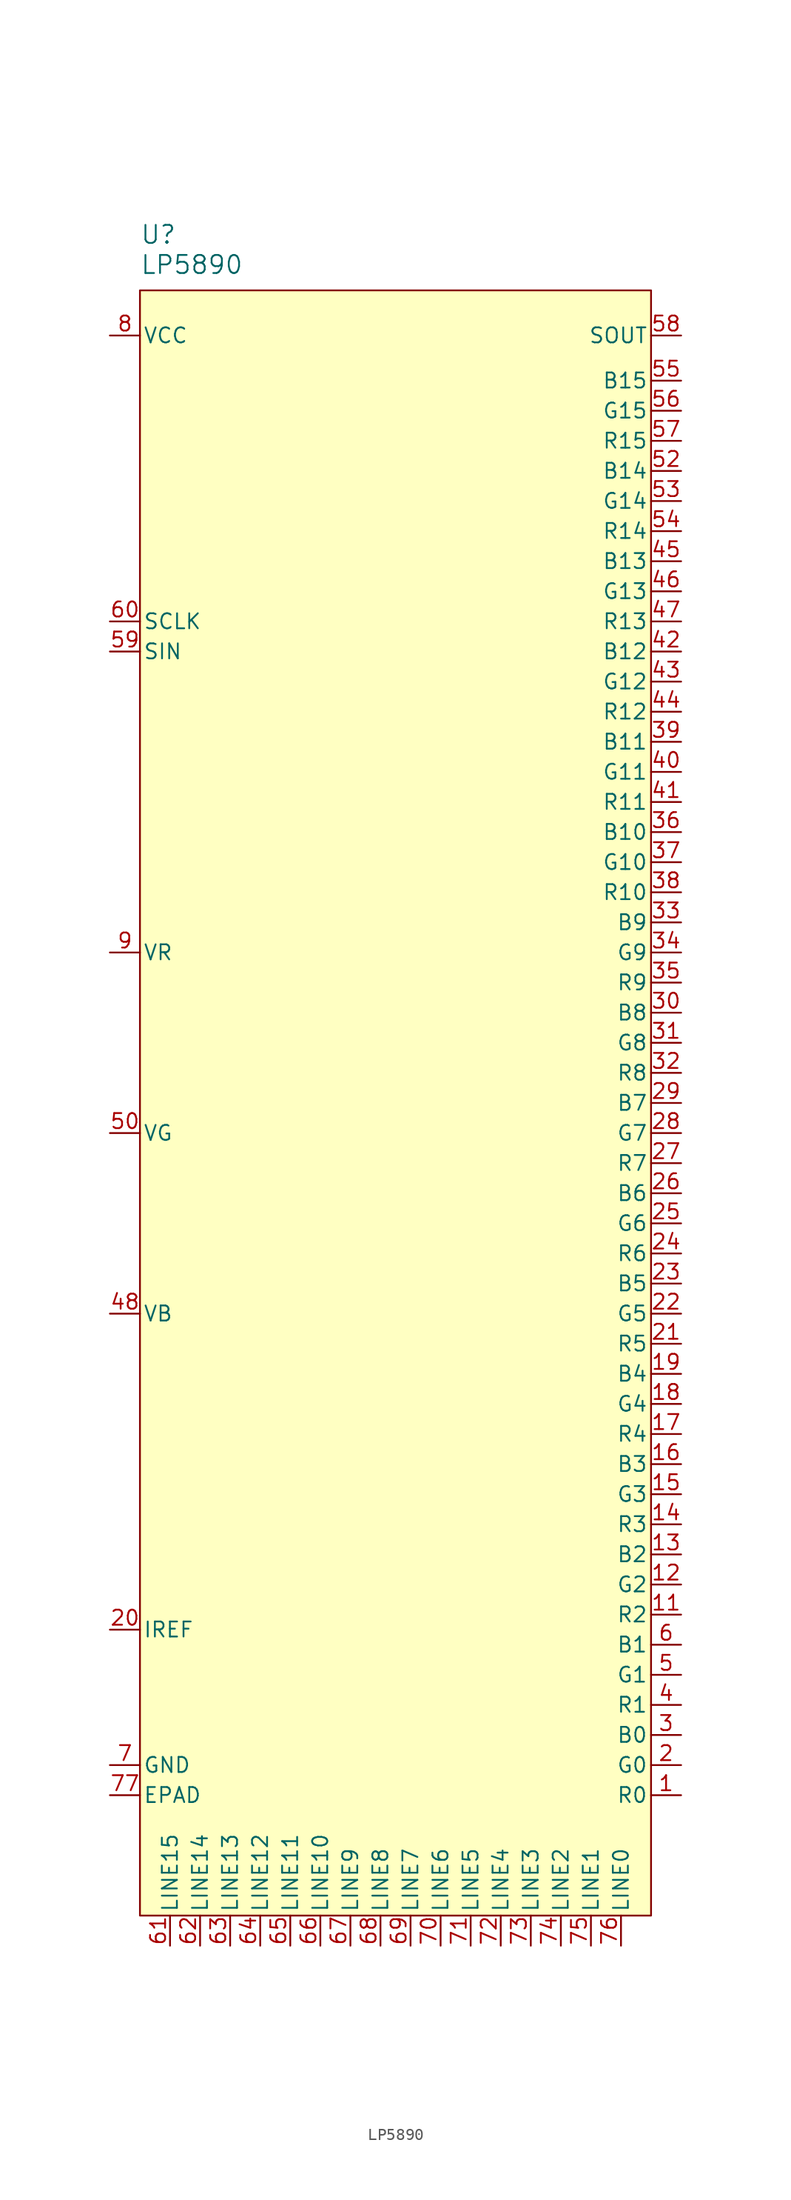
<source format=kicad_sym>
(kicad_symbol_lib
  (version 20241209)
  (generator "kicad_symbol_editor")
  (generator_version "9.0")
  (symbol "LP5890"
    (pin_names
      (offset 0.254))
    (property "Reference" "U"
      (at -21.59 72.39 0)
      (effects (font (size 1.524 1.524)) (justify left bottom)))
    (property "Value" "LP5890"
      (at -21.59 69.85 0)
      (effects (font (size 1.524 1.524)) (justify left bottom)))
    (symbol "LP5890_1_1"
      (rectangle (start -21.59 68.58) (end 21.59 -68.58) (stroke (width 0) (type default)) (fill (type background)))
      (pin power_in line (at -24.13 64.77 0) (length 2.54) (name "VCC" (effects (font (size 1.27 1.27)))) (number "8" (effects (font (size 1.27 1.27)))))
      (pin input line (at -24.13 40.64 0) (length 2.54) (name "SCLK" (effects (font (size 1.27 1.27)))) (number "60" (effects (font (size 1.27 1.27)))))
      (pin input line (at -24.13 38.1 0) (length 2.54) (name "SIN" (effects (font (size 1.27 1.27)))) (number "59" (effects (font (size 1.27 1.27)))))
      (pin power_in line (at -24.13 12.7 0) (length 2.54) (hide yes) (name "VR" (effects (font (size 1.27 1.27)))) (number "10" (effects (font (size 1.27 1.27)))))
      (pin power_in line (at -24.13 12.7 0) (length 2.54) (name "VR" (effects (font (size 1.27 1.27)))) (number "9" (effects (font (size 1.27 1.27)))))
      (pin power_in line (at -24.13 -2.54 0) (length 2.54) (name "VG" (effects (font (size 1.27 1.27)))) (number "50" (effects (font (size 1.27 1.27)))))
      (pin power_in line (at -24.13 -2.54 0) (length 2.54) (hide yes) (name "VG" (effects (font (size 1.27 1.27)))) (number "51" (effects (font (size 1.27 1.27)))))
      (pin power_in line (at -24.13 -17.78 0) (length 2.54) (name "VB" (effects (font (size 1.27 1.27)))) (number "48" (effects (font (size 1.27 1.27)))))
      (pin power_in line (at -24.13 -17.78 0) (length 2.54) (hide yes) (name "VB" (effects (font (size 1.27 1.27)))) (number "49" (effects (font (size 1.27 1.27)))))
      (pin input line (at -24.13 -44.45 0) (length 2.54) (name "IREF" (effects (font (size 1.27 1.27)))) (number "20" (effects (font (size 1.27 1.27)))))
      (pin power_in line (at -24.13 -55.88 0) (length 2.54) (name "GND" (effects (font (size 1.27 1.27)))) (number "7" (effects (font (size 1.27 1.27)))))
      (pin unspecified line (at -24.13 -58.42 0) (length 2.54) (name "EPAD" (effects (font (size 1.27 1.27)))) (number "77" (effects (font (size 1.27 1.27)))))
      (pin output line (at -19.05 -71.12 90) (length 2.54) (name "LINE15" (effects (font (size 1.27 1.27)))) (number "61" (effects (font (size 1.27 1.27)))))
      (pin output line (at -16.51 -71.12 90) (length 2.54) (name "LINE14" (effects (font (size 1.27 1.27)))) (number "62" (effects (font (size 1.27 1.27)))))
      (pin output line (at -13.97 -71.12 90) (length 2.54) (name "LINE13" (effects (font (size 1.27 1.27)))) (number "63" (effects (font (size 1.27 1.27)))))
      (pin output line (at -11.43 -71.12 90) (length 2.54) (name "LINE12" (effects (font (size 1.27 1.27)))) (number "64" (effects (font (size 1.27 1.27)))))
      (pin output line (at -8.89 -71.12 90) (length 2.54) (name "LINE11" (effects (font (size 1.27 1.27)))) (number "65" (effects (font (size 1.27 1.27)))))
      (pin output line (at -6.35 -71.12 90) (length 2.54) (name "LINE10" (effects (font (size 1.27 1.27)))) (number "66" (effects (font (size 1.27 1.27)))))
      (pin output line (at -3.81 -71.12 90) (length 2.54) (name "LINE9" (effects (font (size 1.27 1.27)))) (number "67" (effects (font (size 1.27 1.27)))))
      (pin output line (at -1.27 -71.12 90) (length 2.54) (name "LINE8" (effects (font (size 1.27 1.27)))) (number "68" (effects (font (size 1.27 1.27)))))
      (pin output line (at 1.27 -71.12 90) (length 2.54) (name "LINE7" (effects (font (size 1.27 1.27)))) (number "69" (effects (font (size 1.27 1.27)))))
      (pin output line (at 3.81 -71.12 90) (length 2.54) (name "LINE6" (effects (font (size 1.27 1.27)))) (number "70" (effects (font (size 1.27 1.27)))))
      (pin output line (at 6.35 -71.12 90) (length 2.54) (name "LINE5" (effects (font (size 1.27 1.27)))) (number "71" (effects (font (size 1.27 1.27)))))
      (pin output line (at 8.89 -71.12 90) (length 2.54) (name "LINE4" (effects (font (size 1.27 1.27)))) (number "72" (effects (font (size 1.27 1.27)))))
      (pin output line (at 11.43 -71.12 90) (length 2.54) (name "LINE3" (effects (font (size 1.27 1.27)))) (number "73" (effects (font (size 1.27 1.27)))))
      (pin output line (at 13.97 -71.12 90) (length 2.54) (name "LINE2" (effects (font (size 1.27 1.27)))) (number "74" (effects (font (size 1.27 1.27)))))
      (pin output line (at 16.51 -71.12 90) (length 2.54) (name "LINE1" (effects (font (size 1.27 1.27)))) (number "75" (effects (font (size 1.27 1.27)))))
      (pin output line (at 19.05 -71.12 90) (length 2.54) (name "LINE0" (effects (font (size 1.27 1.27)))) (number "76" (effects (font (size 1.27 1.27)))))
      (pin output line (at 24.13 64.77 180) (length 2.54) (name "SOUT" (effects (font (size 1.27 1.27)))) (number "58" (effects (font (size 1.27 1.27)))))
      (pin output line (at 24.13 60.96 180) (length 2.54) (name "B15" (effects (font (size 1.27 1.27)))) (number "55" (effects (font (size 1.27 1.27)))))
      (pin output line (at 24.13 58.42 180) (length 2.54) (name "G15" (effects (font (size 1.27 1.27)))) (number "56" (effects (font (size 1.27 1.27)))))
      (pin output line (at 24.13 55.88 180) (length 2.54) (name "R15" (effects (font (size 1.27 1.27)))) (number "57" (effects (font (size 1.27 1.27)))))
      (pin output line (at 24.13 53.34 180) (length 2.54) (name "B14" (effects (font (size 1.27 1.27)))) (number "52" (effects (font (size 1.27 1.27)))))
      (pin output line (at 24.13 50.8 180) (length 2.54) (name "G14" (effects (font (size 1.27 1.27)))) (number "53" (effects (font (size 1.27 1.27)))))
      (pin output line (at 24.13 48.26 180) (length 2.54) (name "R14" (effects (font (size 1.27 1.27)))) (number "54" (effects (font (size 1.27 1.27)))))
      (pin output line (at 24.13 45.72 180) (length 2.54) (name "B13" (effects (font (size 1.27 1.27)))) (number "45" (effects (font (size 1.27 1.27)))))
      (pin output line (at 24.13 43.18 180) (length 2.54) (name "G13" (effects (font (size 1.27 1.27)))) (number "46" (effects (font (size 1.27 1.27)))))
      (pin output line (at 24.13 40.64 180) (length 2.54) (name "R13" (effects (font (size 1.27 1.27)))) (number "47" (effects (font (size 1.27 1.27)))))
      (pin output line (at 24.13 38.1 180) (length 2.54) (name "B12" (effects (font (size 1.27 1.27)))) (number "42" (effects (font (size 1.27 1.27)))))
      (pin output line (at 24.13 35.56 180) (length 2.54) (name "G12" (effects (font (size 1.27 1.27)))) (number "43" (effects (font (size 1.27 1.27)))))
      (pin output line (at 24.13 33.02 180) (length 2.54) (name "R12" (effects (font (size 1.27 1.27)))) (number "44" (effects (font (size 1.27 1.27)))))
      (pin output line (at 24.13 30.48 180) (length 2.54) (name "B11" (effects (font (size 1.27 1.27)))) (number "39" (effects (font (size 1.27 1.27)))))
      (pin output line (at 24.13 27.94 180) (length 2.54) (name "G11" (effects (font (size 1.27 1.27)))) (number "40" (effects (font (size 1.27 1.27)))))
      (pin output line (at 24.13 25.4 180) (length 2.54) (name "R11" (effects (font (size 1.27 1.27)))) (number "41" (effects (font (size 1.27 1.27)))))
      (pin output line (at 24.13 22.86 180) (length 2.54) (name "B10" (effects (font (size 1.27 1.27)))) (number "36" (effects (font (size 1.27 1.27)))))
      (pin output line (at 24.13 20.32 180) (length 2.54) (name "G10" (effects (font (size 1.27 1.27)))) (number "37" (effects (font (size 1.27 1.27)))))
      (pin output line (at 24.13 17.78 180) (length 2.54) (name "R10" (effects (font (size 1.27 1.27)))) (number "38" (effects (font (size 1.27 1.27)))))
      (pin output line (at 24.13 15.24 180) (length 2.54) (name "B9" (effects (font (size 1.27 1.27)))) (number "33" (effects (font (size 1.27 1.27)))))
      (pin output line (at 24.13 12.7 180) (length 2.54) (name "G9" (effects (font (size 1.27 1.27)))) (number "34" (effects (font (size 1.27 1.27)))))
      (pin output line (at 24.13 10.16 180) (length 2.54) (name "R9" (effects (font (size 1.27 1.27)))) (number "35" (effects (font (size 1.27 1.27)))))
      (pin output line (at 24.13 7.62 180) (length 2.54) (name "B8" (effects (font (size 1.27 1.27)))) (number "30" (effects (font (size 1.27 1.27)))))
      (pin output line (at 24.13 5.08 180) (length 2.54) (name "G8" (effects (font (size 1.27 1.27)))) (number "31" (effects (font (size 1.27 1.27)))))
      (pin output line (at 24.13 2.54 180) (length 2.54) (name "R8" (effects (font (size 1.27 1.27)))) (number "32" (effects (font (size 1.27 1.27)))))
      (pin output line (at 24.13 0 180) (length 2.54) (name "B7" (effects (font (size 1.27 1.27)))) (number "29" (effects (font (size 1.27 1.27)))))
      (pin output line (at 24.13 -2.54 180) (length 2.54) (name "G7" (effects (font (size 1.27 1.27)))) (number "28" (effects (font (size 1.27 1.27)))))
      (pin output line (at 24.13 -5.08 180) (length 2.54) (name "R7" (effects (font (size 1.27 1.27)))) (number "27" (effects (font (size 1.27 1.27)))))
      (pin output line (at 24.13 -7.62 180) (length 2.54) (name "B6" (effects (font (size 1.27 1.27)))) (number "26" (effects (font (size 1.27 1.27)))))
      (pin output line (at 24.13 -10.16 180) (length 2.54) (name "G6" (effects (font (size 1.27 1.27)))) (number "25" (effects (font (size 1.27 1.27)))))
      (pin output line (at 24.13 -12.7 180) (length 2.54) (name "R6" (effects (font (size 1.27 1.27)))) (number "24" (effects (font (size 1.27 1.27)))))
      (pin output line (at 24.13 -15.24 180) (length 2.54) (name "B5" (effects (font (size 1.27 1.27)))) (number "23" (effects (font (size 1.27 1.27)))))
      (pin output line (at 24.13 -17.78 180) (length 2.54) (name "G5" (effects (font (size 1.27 1.27)))) (number "22" (effects (font (size 1.27 1.27)))))
      (pin output line (at 24.13 -20.32 180) (length 2.54) (name "R5" (effects (font (size 1.27 1.27)))) (number "21" (effects (font (size 1.27 1.27)))))
      (pin output line (at 24.13 -22.86 180) (length 2.54) (name "B4" (effects (font (size 1.27 1.27)))) (number "19" (effects (font (size 1.27 1.27)))))
      (pin output line (at 24.13 -25.4 180) (length 2.54) (name "G4" (effects (font (size 1.27 1.27)))) (number "18" (effects (font (size 1.27 1.27)))))
      (pin output line (at 24.13 -27.94 180) (length 2.54) (name "R4" (effects (font (size 1.27 1.27)))) (number "17" (effects (font (size 1.27 1.27)))))
      (pin output line (at 24.13 -30.48 180) (length 2.54) (name "B3" (effects (font (size 1.27 1.27)))) (number "16" (effects (font (size 1.27 1.27)))))
      (pin output line (at 24.13 -33.02 180) (length 2.54) (name "G3" (effects (font (size 1.27 1.27)))) (number "15" (effects (font (size 1.27 1.27)))))
      (pin output line (at 24.13 -35.56 180) (length 2.54) (name "R3" (effects (font (size 1.27 1.27)))) (number "14" (effects (font (size 1.27 1.27)))))
      (pin output line (at 24.13 -38.1 180) (length 2.54) (name "B2" (effects (font (size 1.27 1.27)))) (number "13" (effects (font (size 1.27 1.27)))))
      (pin output line (at 24.13 -40.64 180) (length 2.54) (name "G2" (effects (font (size 1.27 1.27)))) (number "12" (effects (font (size 1.27 1.27)))))
      (pin output line (at 24.13 -43.18 180) (length 2.54) (name "R2" (effects (font (size 1.27 1.27)))) (number "11" (effects (font (size 1.27 1.27)))))
      (pin output line (at 24.13 -45.72 180) (length 2.54) (name "B1" (effects (font (size 1.27 1.27)))) (number "6" (effects (font (size 1.27 1.27)))))
      (pin output line (at 24.13 -48.26 180) (length 2.54) (name "G1" (effects (font (size 1.27 1.27)))) (number "5" (effects (font (size 1.27 1.27)))))
      (pin output line (at 24.13 -50.8 180) (length 2.54) (name "R1" (effects (font (size 1.27 1.27)))) (number "4" (effects (font (size 1.27 1.27)))))
      (pin output line (at 24.13 -53.34 180) (length 2.54) (name "B0" (effects (font (size 1.27 1.27)))) (number "3" (effects (font (size 1.27 1.27)))))
      (pin output line (at 24.13 -55.88 180) (length 2.54) (name "G0" (effects (font (size 1.27 1.27)))) (number "2" (effects (font (size 1.27 1.27)))))
      (pin output line (at 24.13 -58.42 180) (length 2.54) (name "R0" (effects (font (size 1.27 1.27)))) (number "1" (effects (font (size 1.27 1.27))))))))
</source>
